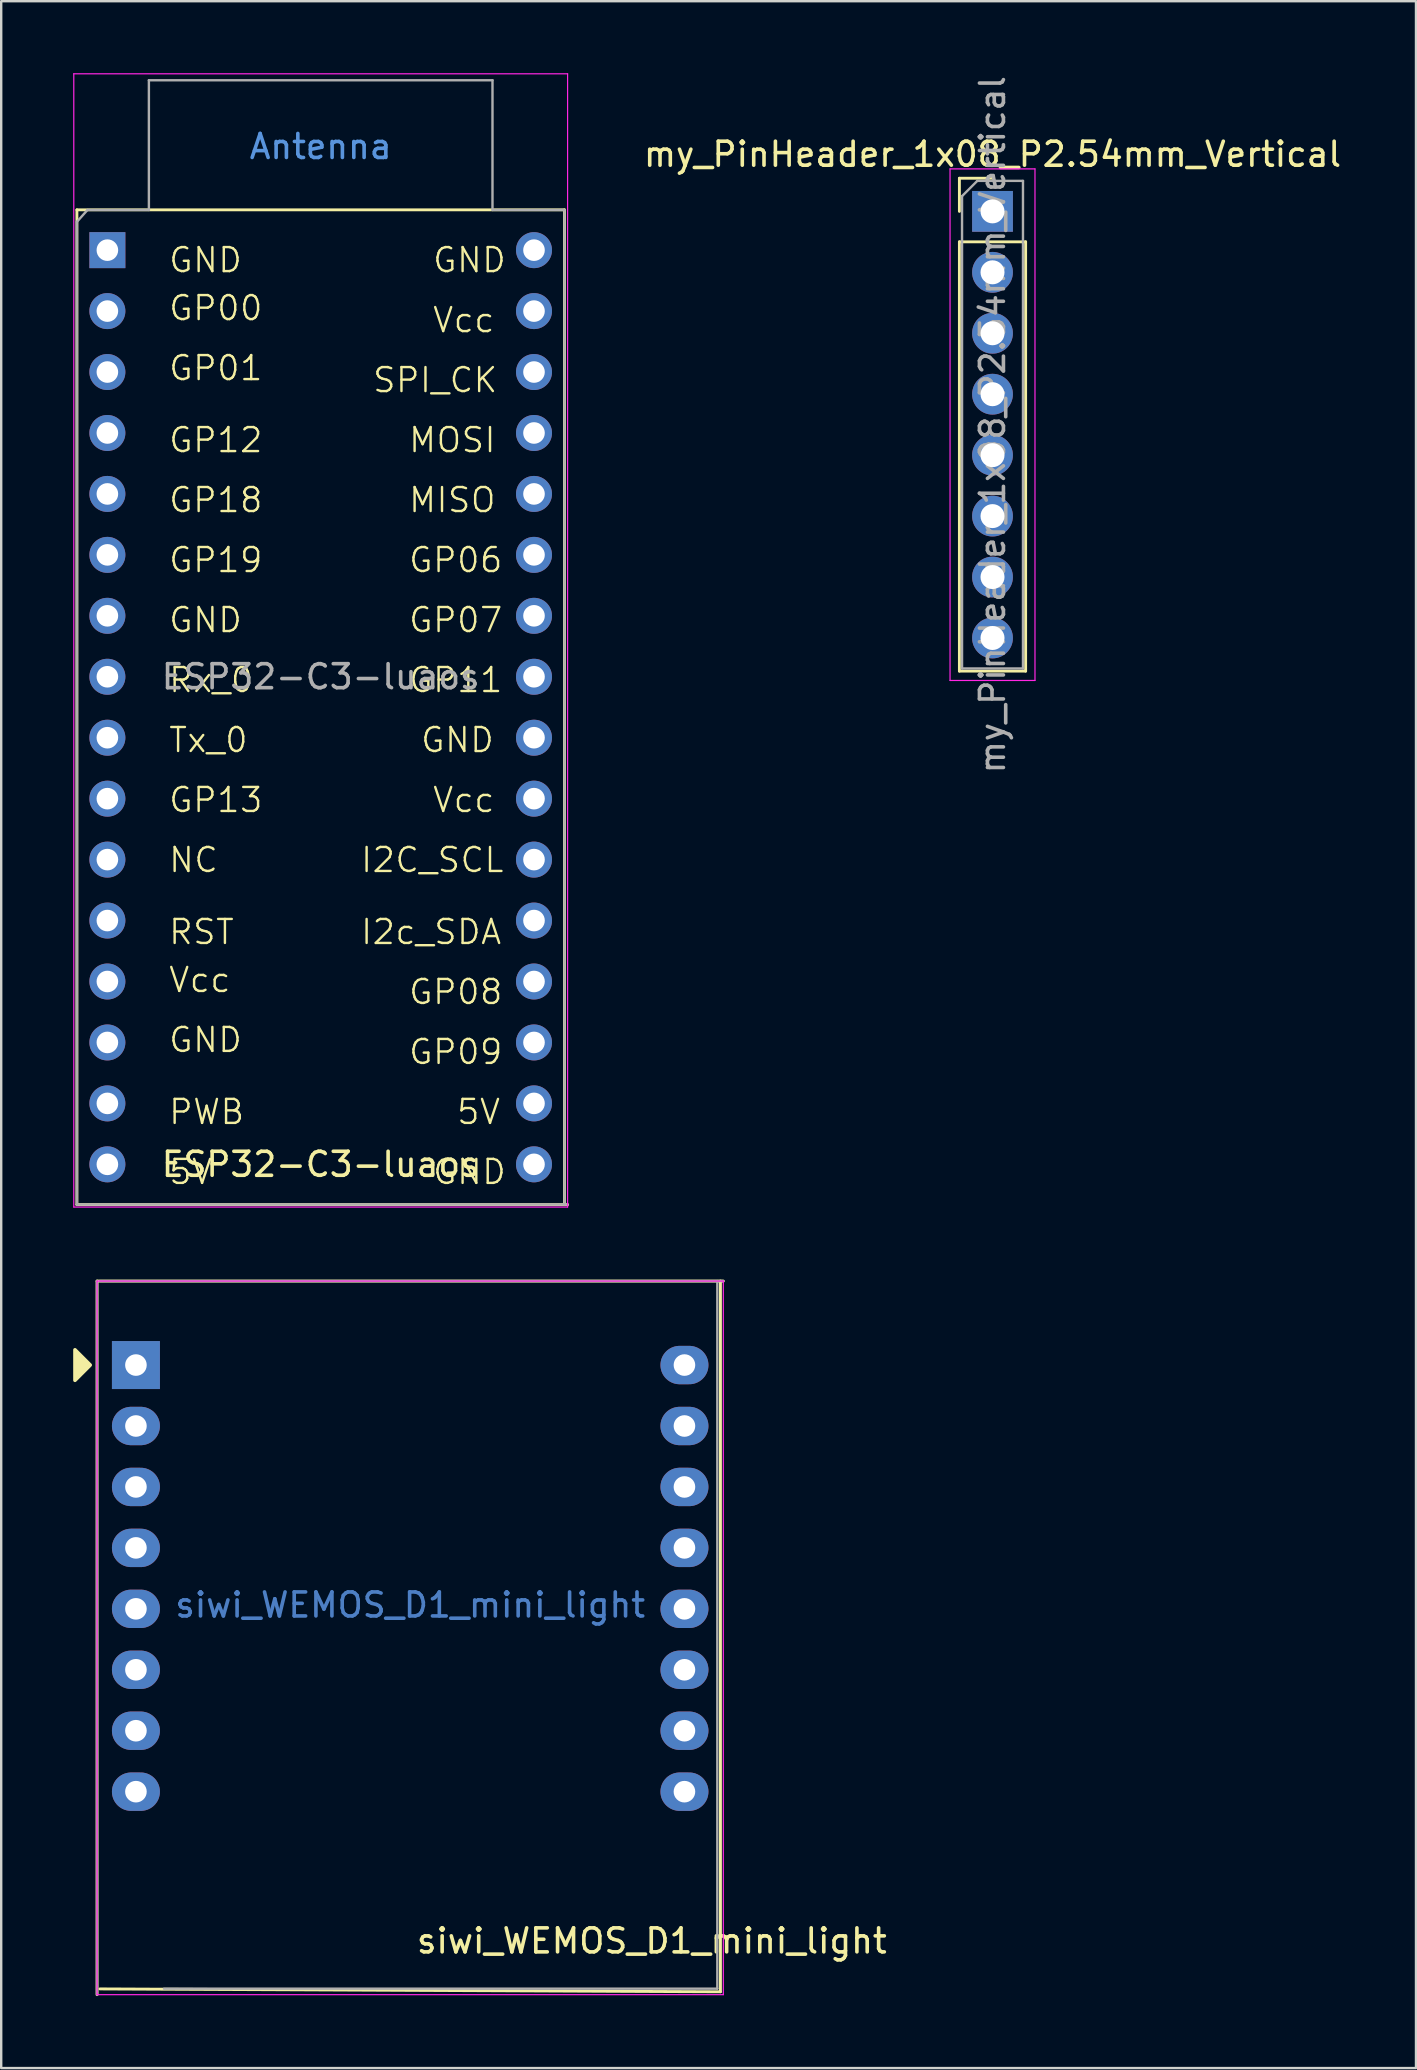
<source format=kicad_pcb>
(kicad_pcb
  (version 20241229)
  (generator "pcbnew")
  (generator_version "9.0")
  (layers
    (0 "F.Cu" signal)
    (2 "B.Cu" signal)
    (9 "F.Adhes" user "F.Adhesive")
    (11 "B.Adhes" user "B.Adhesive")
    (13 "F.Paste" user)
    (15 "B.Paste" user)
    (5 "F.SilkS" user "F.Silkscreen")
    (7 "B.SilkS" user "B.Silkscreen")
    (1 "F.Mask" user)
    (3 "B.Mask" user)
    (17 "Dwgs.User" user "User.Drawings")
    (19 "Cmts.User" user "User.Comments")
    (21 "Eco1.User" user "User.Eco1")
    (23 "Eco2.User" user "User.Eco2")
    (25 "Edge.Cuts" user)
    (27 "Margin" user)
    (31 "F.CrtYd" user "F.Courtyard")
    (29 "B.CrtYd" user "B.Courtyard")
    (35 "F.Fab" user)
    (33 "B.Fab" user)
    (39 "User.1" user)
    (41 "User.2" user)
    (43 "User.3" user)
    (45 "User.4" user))
  (footprint "ESP32-C3-luaos"
    (layer "F.Cu")
    (at 1.425 7.375)
    (property "Reference" "ESP32-C3-luaos" (at 8.89 38.1 0) (unlocked yes) (layer "F.SilkS") (effects (font (size 1 1) (thickness 0.15))))
    (attr through_hole)
    (fp_line (start -1.27 -1.68) (end 19.05 -1.68) (stroke (width 0.12) (type solid)) (layer "F.SilkS"))
    (fp_line (start -1.27 39.78) (end -1.27 -1.68) (stroke (width 0.12) (type solid)) (layer "F.SilkS"))
    (fp_line (start 19.05 -1.68) (end 19.05 39.78) (stroke (width 0.12) (type solid)) (layer "F.SilkS"))
    (fp_line (start 19.18 39.78) (end -1.27 39.78) (stroke (width 0.12) (type solid)) (layer "F.SilkS"))
    (fp_line (start -1.4 -7.35) (end -1.4 39.88) (stroke (width 0.05) (type solid)) (layer "F.CrtYd"))
    (fp_line (start -1.4 39.88) (end 19.18 39.88) (stroke (width 0.05) (type solid)) (layer "F.CrtYd"))
    (fp_line (start 19.18 -7.35) (end -1.4 -7.35) (stroke (width 0.05) (type solid)) (layer "F.CrtYd"))
    (fp_line (start 19.18 39.88) (end 19.18 -7.35) (stroke (width 0.05) (type solid)) (layer "F.CrtYd"))
    (fp_line (start -1.27 -1.18) (end -1.27 39.775) (stroke (width 0.1) (type solid)) (layer "F.Fab"))
    (fp_line (start -1.27 -1.18) (end -0.83 -1.675) (stroke (width 0.1) (type solid)) (layer "F.Fab"))
    (fp_line (start -1.27 39.775) (end 19.18 39.775) (stroke (width 0.1) (type solid)) (layer "F.Fab"))
    (fp_line (start 1.73 -7.08) (end 16.05 -7.08) (stroke (width 0.1) (type solid)) (layer "F.Fab"))
    (fp_line (start 1.73 -1.675) (end -0.83 -1.675) (stroke (width 0.1) (type solid)) (layer "F.Fab"))
    (fp_line (start 1.73 -1.675) (end 1.73 -7.08) (stroke (width 0.1) (type solid)) (layer "F.Fab"))
    (fp_line (start 16.05 -7.08) (end 16.05 -1.675) (stroke (width 0.1) (type solid)) (layer "F.Fab"))
    (fp_line (start 16.05 -1.675) (end 19.05 -1.675) (stroke (width 0.1) (type solid)) (layer "F.Fab"))
    (fp_line (start 19.05 39.775) (end 19.05 -1.675) (stroke (width 0.1) (type solid)) (layer "F.Fab"))
    (fp_text user "Rx_0" (at 2.5 18.5 0) (unlocked yes) (layer "F.SilkS") (effects (font (size 1 1) (thickness 0.1)) (justify left bottom)))
    (fp_text user "I2C_SCL" (at 10.5 26 0) (unlocked yes) (layer "F.SilkS") (effects (font (size 1 1) (thickness 0.1)) (justify left bottom)))
    (fp_text user "Vcc" (at 13.5 23.5 0) (unlocked yes) (layer "F.SilkS") (effects (font (size 1 1) (thickness 0.1)) (justify left bottom)))
    (fp_text user "GP00" (at 2.5 3 0) (unlocked yes) (layer "F.SilkS") (effects (font (size 1 1) (thickness 0.1)) (justify left bottom)))
    (fp_text user "GP07" (at 12.5 16 0) (unlocked yes) (layer "F.SilkS") (effects (font (size 1 1) (thickness 0.1)) (justify left bottom)))
    (fp_text user "SPI_CK" (at 11 6 0) (unlocked yes) (layer "F.SilkS") (effects (font (size 1 1) (thickness 0.1)) (justify left bottom)))
    (fp_text user "GP19" (at 2.5 13.5 0) (unlocked yes) (layer "F.SilkS") (effects (font (size 1 1) (thickness 0.1)) (justify left bottom)))
    (fp_text user "Vcc" (at 13.5 3.5 0) (unlocked yes) (layer "F.SilkS") (effects (font (size 1 1) (thickness 0.1)) (justify left bottom)))
    (fp_text user "GND" (at 13 21 0) (unlocked yes) (layer "F.SilkS") (effects (font (size 1 1) (thickness 0.1)) (justify left bottom)))
    (fp_text user "GND" (at 2.5 1 0) (unlocked yes) (layer "F.SilkS") (effects (font (size 1 1) (thickness 0.1)) (justify left bottom)))
    (fp_text user "GP18" (at 2.5 11 0) (unlocked yes) (layer "F.SilkS") (effects (font (size 1 1) (thickness 0.1)) (justify left bottom)))
    (fp_text user "PWB" (at 2.5 36.5 0) (unlocked yes) (layer "F.SilkS") (effects (font (size 1 1) (thickness 0.1)) (justify left bottom)))
    (fp_text user "GND" (at 2.5 33.5 0) (unlocked yes) (layer "F.SilkS") (effects (font (size 1 1) (thickness 0.1)) (justify left bottom)))
    (fp_text user "5V" (at 2.5 39 0) (unlocked yes) (layer "F.SilkS") (effects (font (size 1 1) (thickness 0.1)) (justify left bottom)))
    (fp_text user "MOSI" (at 12.5 8.5 0) (unlocked yes) (layer "F.SilkS") (effects (font (size 1 1) (thickness 0.1)) (justify left bottom)))
    (fp_text user "5V" (at 14.5 36.5 0) (unlocked yes) (layer "F.SilkS") (effects (font (size 1 1) (thickness 0.1)) (justify left bottom)))
    (fp_text user "GP12" (at 2.5 8.5 0) (unlocked yes) (layer "F.SilkS") (effects (font (size 1 1) (thickness 0.1)) (justify left bottom)))
    (fp_text user "Tx_0" (at 2.5 21 0) (unlocked yes) (layer "F.SilkS") (effects (font (size 1 1) (thickness 0.1)) (justify left bottom)))
    (fp_text user "GP13" (at 2.5 23.5 0) (unlocked yes) (layer "F.SilkS") (effects (font (size 1 1) (thickness 0.1)) (justify left bottom)))
    (fp_text user "NC" (at 2.5 26 0) (unlocked yes) (layer "F.SilkS") (effects (font (size 1 1) (thickness 0.1)) (justify left bottom)))
    (fp_text user "GP06" (at 12.5 13.5 0) (unlocked yes) (layer "F.SilkS") (effects (font (size 1 1) (thickness 0.1)) (justify left bottom)))
    (fp_text user "MISO" (at 12.5 11 0) (unlocked yes) (layer "F.SilkS") (effects (font (size 1 1) (thickness 0.1)) (justify left bottom)))
    (fp_text user "GP08" (at 12.5 31.5 0) (unlocked yes) (layer "F.SilkS") (effects (font (size 1 1) (thickness 0.1)) (justify left bottom)))
    (fp_text user "GND" (at 2.5 16 0) (unlocked yes) (layer "F.SilkS") (effects (font (size 1 1) (thickness 0.1)) (justify left bottom)))
    (fp_text user "GP01" (at 2.5 5.5 0) (unlocked yes) (layer "F.SilkS") (effects (font (size 1 1) (thickness 0.1)) (justify left bottom)))
    (fp_text user "Vcc" (at 2.5 31 0) (unlocked yes) (layer "F.SilkS") (effects (font (size 1 1) (thickness 0.1)) (justify left bottom)))
    (fp_text user "GP11" (at 12.5 18.5 0) (unlocked yes) (layer "F.SilkS") (effects (font (size 1 1) (thickness 0.1)) (justify left bottom)))
    (fp_text user "I2c_SDA" (at 10.5 29 0) (unlocked yes) (layer "F.SilkS") (effects (font (size 1 1) (thickness 0.1)) (justify left bottom)))
    (fp_text user "GND" (at 13.5 39 0) (unlocked yes) (layer "F.SilkS") (effects (font (size 1 1) (thickness 0.1)) (justify left bottom)))
    (fp_text user "GND" (at 13.5 1 0) (unlocked yes) (layer "F.SilkS") (effects (font (size 1 1) (thickness 0.1)) (justify left bottom)))
    (fp_text user "GP09" (at 12.5 34 0) (unlocked yes) (layer "F.SilkS") (effects (font (size 1 1) (thickness 0.1)) (justify left bottom)))
    (fp_text user "RST" (at 2.5 29 0) (unlocked yes) (layer "F.SilkS") (effects (font (size 1 1) (thickness 0.1)) (justify left bottom)))
    (fp_text user "Antenna" (at 8.89 -4.318 0) (unlocked yes) (layer "Cmts.User") (effects (font (size 1 1) (thickness 0.15))))
    (fp_text user "${REFERENCE}" (at 8.89 17.78 0) (unlocked yes) (layer "F.Fab") (effects (font (size 1 1) (thickness 0.15))))
    (pad "1" thru_hole rect (at 0 0) (size 1.5 1.5) (drill 0.9) (layers "*.Cu" "*.Mask") (remove_unused_layers yes) (keep_end_layers yes) (zone_layer_connections))
    (pad "2" thru_hole circle (at 0 2.54) (size 1.5 1.5) (drill 0.9) (layers "*.Cu" "*.Mask") (remove_unused_layers yes) (keep_end_layers yes) (zone_layer_connections))
    (pad "3" thru_hole circle (at 0 5.08) (size 1.5 1.5) (drill 0.9) (layers "*.Cu" "*.Mask") (remove_unused_layers yes) (keep_end_layers yes) (zone_layer_connections))
    (pad "4" thru_hole circle (at 0 7.62) (size 1.5 1.5) (drill 0.9) (layers "*.Cu" "*.Mask") (remove_unused_layers yes) (keep_end_layers yes) (zone_layer_connections))
    (pad "5" thru_hole circle (at 0 10.16) (size 1.5 1.5) (drill 0.9) (layers "*.Cu" "*.Mask") (remove_unused_layers yes) (keep_end_layers yes) (zone_layer_connections))
    (pad "6" thru_hole circle (at 0 12.7) (size 1.5 1.5) (drill 0.9) (layers "*.Cu" "*.Mask") (remove_unused_layers yes) (keep_end_layers yes) (zone_layer_connections))
    (pad "7" thru_hole circle (at 0 15.24) (size 1.5 1.5) (drill 0.9) (layers "*.Cu" "*.Mask") (remove_unused_layers yes) (keep_end_layers yes) (zone_layer_connections))
    (pad "8" thru_hole circle (at 0 17.78) (size 1.5 1.5) (drill 0.9) (layers "*.Cu" "*.Mask") (remove_unused_layers yes) (keep_end_layers yes) (zone_layer_connections))
    (pad "9" thru_hole circle (at 0 20.32) (size 1.5 1.5) (drill 0.9) (layers "*.Cu" "*.Mask") (remove_unused_layers yes) (keep_end_layers yes) (zone_layer_connections))
    (pad "10" thru_hole circle (at 0 22.86) (size 1.5 1.5) (drill 0.9) (layers "*.Cu" "*.Mask") (remove_unused_layers yes) (keep_end_layers yes) (zone_layer_connections))
    (pad "11" thru_hole circle (at 0 25.4) (size 1.5 1.5) (drill 0.9) (layers "*.Cu" "*.Mask") (remove_unused_layers yes) (keep_end_layers yes) (zone_layer_connections))
    (pad "12" thru_hole circle (at 0 27.94) (size 1.5 1.5) (drill 0.9) (layers "*.Cu" "*.Mask") (remove_unused_layers yes) (keep_end_layers yes) (zone_layer_connections))
    (pad "13" thru_hole circle (at 0 30.48) (size 1.5 1.5) (drill 0.9) (layers "*.Cu" "*.Mask") (remove_unused_layers yes) (keep_end_layers yes) (zone_layer_connections))
    (pad "14" thru_hole circle (at 0 33.02) (size 1.5 1.5) (drill 0.9) (layers "*.Cu" "*.Mask") (remove_unused_layers yes) (keep_end_layers yes) (zone_layer_connections))
    (pad "15" thru_hole circle (at 0 35.56) (size 1.5 1.5) (drill 0.9) (layers "*.Cu" "*.Mask") (remove_unused_layers yes) (keep_end_layers yes) (zone_layer_connections))
    (pad "16" thru_hole circle (at 0 38.1) (size 1.5 1.5) (drill 0.9) (layers "*.Cu" "*.Mask") (remove_unused_layers yes) (keep_end_layers yes) (zone_layer_connections))
    (pad "17" thru_hole circle (at 17.78 0) (size 1.5 1.5) (drill 0.9) (layers "*.Cu" "*.Mask") (remove_unused_layers yes) (keep_end_layers yes) (zone_layer_connections))
    (pad "18" thru_hole circle (at 17.78 2.54) (size 1.5 1.5) (drill 0.9) (layers "*.Cu" "*.Mask") (remove_unused_layers yes) (keep_end_layers yes) (zone_layer_connections))
    (pad "19" thru_hole circle (at 17.78 5.08) (size 1.5 1.5) (drill 0.9) (layers "*.Cu" "*.Mask") (remove_unused_layers yes) (keep_end_layers yes) (zone_layer_connections))
    (pad "20" thru_hole circle (at 17.78 7.62) (size 1.5 1.5) (drill 0.9) (layers "*.Cu" "*.Mask") (remove_unused_layers yes) (keep_end_layers yes) (zone_layer_connections))
    (pad "21" thru_hole circle (at 17.78 10.16) (size 1.5 1.5) (drill 0.9) (layers "*.Cu" "*.Mask") (remove_unused_layers yes) (keep_end_layers yes) (zone_layer_connections))
    (pad "22" thru_hole circle (at 17.78 12.7) (size 1.5 1.5) (drill 0.9) (layers "*.Cu" "*.Mask") (remove_unused_layers yes) (keep_end_layers yes) (zone_layer_connections))
    (pad "23" thru_hole circle (at 17.78 15.24) (size 1.5 1.5) (drill 0.9) (layers "*.Cu" "*.Mask") (remove_unused_layers yes) (keep_end_layers yes) (zone_layer_connections))
    (pad "24" thru_hole circle (at 17.78 17.78) (size 1.5 1.5) (drill 0.9) (layers "*.Cu" "*.Mask") (remove_unused_layers yes) (keep_end_layers yes) (zone_layer_connections))
    (pad "25" thru_hole circle (at 17.78 20.32) (size 1.5 1.5) (drill 0.9) (layers "*.Cu" "*.Mask") (remove_unused_layers yes) (keep_end_layers yes) (zone_layer_connections))
    (pad "26" thru_hole circle (at 17.78 22.86) (size 1.5 1.5) (drill 0.9) (layers "*.Cu" "*.Mask") (remove_unused_layers yes) (keep_end_layers yes) (zone_layer_connections))
    (pad "27" thru_hole circle (at 17.78 25.4) (size 1.5 1.5) (drill 0.9) (layers "*.Cu" "*.Mask") (remove_unused_layers yes) (keep_end_layers yes) (zone_layer_connections))
    (pad "28" thru_hole circle (at 17.78 27.94) (size 1.5 1.5) (drill 0.9) (layers "*.Cu" "*.Mask") (remove_unused_layers yes) (keep_end_layers yes) (zone_layer_connections))
    (pad "29" thru_hole circle (at 17.78 30.48) (size 1.5 1.5) (drill 0.9) (layers "*.Cu" "*.Mask") (remove_unused_layers yes) (keep_end_layers yes) (zone_layer_connections))
    (pad "30" thru_hole circle (at 17.78 33.02) (size 1.5 1.5) (drill 0.9) (layers "*.Cu" "*.Mask") (remove_unused_layers yes) (keep_end_layers yes) (zone_layer_connections))
    (pad "31" thru_hole circle (at 17.78 35.56) (size 1.5 1.5) (drill 0.9) (layers "*.Cu" "*.Mask") (remove_unused_layers yes) (keep_end_layers yes) (zone_layer_connections))
    (pad "32" thru_hole circle (at 17.78 38.1) (size 1.5 1.5) (drill 0.9) (layers "*.Cu" "*.Mask") (remove_unused_layers yes) (keep_end_layers yes) (zone_layer_connections)))
  (footprint "my_PinHeader_1x08_P2.54mm_Vertical"
    (layer "F.Cu")
    (at 38.314 5.759)
    (property "Reference" "my_PinHeader_1x08_P2.54mm_Vertical" (at 0 -2.38 0) (layer "F.SilkS") (effects (font (size 1 1) (thickness 0.15))))
    (attr through_hole)
    (fp_line (start -1.38 -1.38) (end 0 -1.38) (stroke (width 0.12) (type solid)) (layer "F.SilkS"))
    (fp_line (start -1.38 0) (end -1.38 -1.38) (stroke (width 0.12) (type solid)) (layer "F.SilkS"))
    (fp_line (start -1.38 1.27) (end -1.38 19.16) (stroke (width 0.12) (type solid)) (layer "F.SilkS"))
    (fp_line (start -1.38 1.27) (end 1.38 1.27) (stroke (width 0.12) (type solid)) (layer "F.SilkS"))
    (fp_line (start -1.38 19.16) (end 1.38 19.16) (stroke (width 0.12) (type solid)) (layer "F.SilkS"))
    (fp_line (start 1.38 1.27) (end 1.38 19.16) (stroke (width 0.12) (type solid)) (layer "F.SilkS"))
    (fp_line (start -1.77 -1.77) (end -1.77 19.55) (stroke (width 0.05) (type solid)) (layer "F.CrtYd"))
    (fp_line (start -1.77 19.55) (end 1.77 19.55) (stroke (width 0.05) (type solid)) (layer "F.CrtYd"))
    (fp_line (start 1.77 -1.77) (end -1.77 -1.77) (stroke (width 0.05) (type solid)) (layer "F.CrtYd"))
    (fp_line (start 1.77 19.55) (end 1.77 -1.77) (stroke (width 0.05) (type solid)) (layer "F.CrtYd"))
    (fp_line (start -1.27 -0.635) (end -0.635 -1.27) (stroke (width 0.1) (type solid)) (layer "F.Fab"))
    (fp_line (start -1.27 19.05) (end -1.27 -0.635) (stroke (width 0.1) (type solid)) (layer "F.Fab"))
    (fp_line (start -0.635 -1.27) (end 1.27 -1.27) (stroke (width 0.1) (type solid)) (layer "F.Fab"))
    (fp_line (start 1.27 -1.27) (end 1.27 19.05) (stroke (width 0.1) (type solid)) (layer "F.Fab"))
    (fp_line (start 1.27 19.05) (end -1.27 19.05) (stroke (width 0.1) (type solid)) (layer "F.Fab"))
    (fp_text user "${REFERENCE}" (at 0 8.89 90) (layer "F.Fab") (effects (font (size 1 1) (thickness 0.15))))
    (pad "1" thru_hole rect (at 0 0) (size 1.7 1.7) (drill 1) (layers "*.Cu" "*.Mask"))
    (pad "2" thru_hole circle (at 0 2.54) (size 1.7 1.7) (drill 1) (layers "*.Cu" "*.Mask"))
    (pad "3" thru_hole circle (at 0 5.08) (size 1.7 1.7) (drill 1) (layers "*.Cu" "*.Mask"))
    (pad "4" thru_hole circle (at 0 7.62) (size 1.7 1.7) (drill 1) (layers "*.Cu" "*.Mask"))
    (pad "5" thru_hole circle (at 0 10.16) (size 1.7 1.7) (drill 1) (layers "*.Cu" "*.Mask"))
    (pad "6" thru_hole circle (at 0 12.7) (size 1.7 1.7) (drill 1) (layers "*.Cu" "*.Mask"))
    (pad "7" thru_hole circle (at 0 15.24) (size 1.7 1.7) (drill 1) (layers "*.Cu" "*.Mask"))
    (pad "8" thru_hole circle (at 0 17.78) (size 1.7 1.7) (drill 1) (layers "*.Cu" "*.Mask")))
  (footprint "siwi_WEMOS_D1_mini_light"
    (layer "F.Cu")
    (at 2.615 53.84)
    (property "Reference" "siwi_WEMOS_D1_mini_light" (at 21.5 24 0) (layer "F.SilkS") (effects (font (size 1 1) (thickness 0.15))))
    (attr through_hole)
    (fp_line (start -1.62 26.24) (end -1.62 -3.5) (stroke (width 0.12) (type solid)) (layer "F.SilkS"))
    (fp_line (start -1.5 26) (end 24.36 26.12) (stroke (width 0.12) (type solid)) (layer "F.SilkS"))
    (fp_line (start 24.36 26.12) (end 24.36 -3.5) (stroke (width 0.12) (type solid)) (layer "F.SilkS"))
    (fp_line (start 24.48 -3.5) (end -1.62 -3.5) (stroke (width 0.12) (type solid)) (layer "F.SilkS"))
    (fp_poly (pts (xy -2.54 -0.635) (xy -2.54 0.635) (xy -1.905 0)) (stroke (width 0.15) (type solid)) (fill yes) (layer "F.SilkS"))
    (fp_line (start -1.62 -3.5) (end 24.48 -3.5) (stroke (width 0.05) (type solid)) (layer "F.CrtYd"))
    (fp_line (start -1.62 26.24) (end -1.62 -3.5) (stroke (width 0.05) (type solid)) (layer "F.CrtYd"))
    (fp_line (start 24.48 -3.5) (end 24.48 26.24) (stroke (width 0.05) (type solid)) (layer "F.CrtYd"))
    (fp_line (start 24.48 26.24) (end -1.62 26.24) (stroke (width 0.05) (type solid)) (layer "F.CrtYd"))
    (fp_line (start -1.62 -3.5) (end -1.62 26.24) (stroke (width 0.1) (type solid)) (layer "F.Fab"))
    (fp_line (start 1.17 25.99) (end 24.23 25.99) (stroke (width 0.1) (type solid)) (layer "F.Fab"))
    (fp_line (start 24.23 25.99) (end 24.23 -3.5) (stroke (width 0.1) (type solid)) (layer "F.Fab"))
    (fp_line (start 24.48 -3.5) (end -1.5 -3.5) (stroke (width 0.1) (type solid)) (layer "F.Fab"))
    (fp_text user "${REFERENCE}" (at 11.43 10 0) (layer "B.Cu") (effects (font (size 1 1) (thickness 0.15))))
    (pad "1" thru_hole rect (at 0 0) (size 2 2) (drill 0.9) (layers "*.Cu" "*.Mask"))
    (pad "2" thru_hole oval (at 0 2.54) (size 2 1.6) (drill 0.9) (layers "*.Cu" "*.Mask"))
    (pad "3" thru_hole oval (at 0 5.08) (size 2 1.6) (drill 0.9) (layers "*.Cu" "*.Mask"))
    (pad "4" thru_hole oval (at 0 7.62) (size 2 1.6) (drill 0.9) (layers "*.Cu" "*.Mask"))
    (pad "5" thru_hole oval (at 0 10.16) (size 2 1.6) (drill 0.9) (layers "*.Cu" "*.Mask"))
    (pad "6" thru_hole oval (at 0 12.7) (size 2 1.6) (drill 0.9) (layers "*.Cu" "*.Mask"))
    (pad "7" thru_hole oval (at 0 15.24) (size 2 1.6) (drill 0.9) (layers "*.Cu" "*.Mask"))
    (pad "8" thru_hole oval (at 0 17.78) (size 2 1.6) (drill 0.9) (layers "*.Cu" "*.Mask"))
    (pad "9" thru_hole oval (at 22.86 17.78) (size 2 1.6) (drill 0.9) (layers "*.Cu" "*.Mask"))
    (pad "10" thru_hole oval (at 22.86 15.24) (size 2 1.6) (drill 0.9) (layers "*.Cu" "*.Mask"))
    (pad "11" thru_hole oval (at 22.86 12.7) (size 2 1.6) (drill 0.9) (layers "*.Cu" "*.Mask"))
    (pad "12" thru_hole oval (at 22.86 10.16) (size 2 1.6) (drill 0.9) (layers "*.Cu" "*.Mask"))
    (pad "13" thru_hole oval (at 22.86 7.62) (size 2 1.6) (drill 0.9) (layers "*.Cu" "*.Mask"))
    (pad "14" thru_hole oval (at 22.86 5.08) (size 2 1.6) (drill 0.9) (layers "*.Cu" "*.Mask"))
    (pad "15" thru_hole oval (at 22.86 2.54) (size 2 1.6) (drill 0.9) (layers "*.Cu" "*.Mask"))
    (pad "16" thru_hole oval (at 22.86 0) (size 2 1.6) (drill 0.9) (layers "*.Cu" "*.Mask")))
  (gr_rect
    (start -3 -3)
    (end 55.963 83.14)
    (stroke (width 0.1) (type default))
    (fill no)
    (layer "Edge.Cuts")))
</source>
